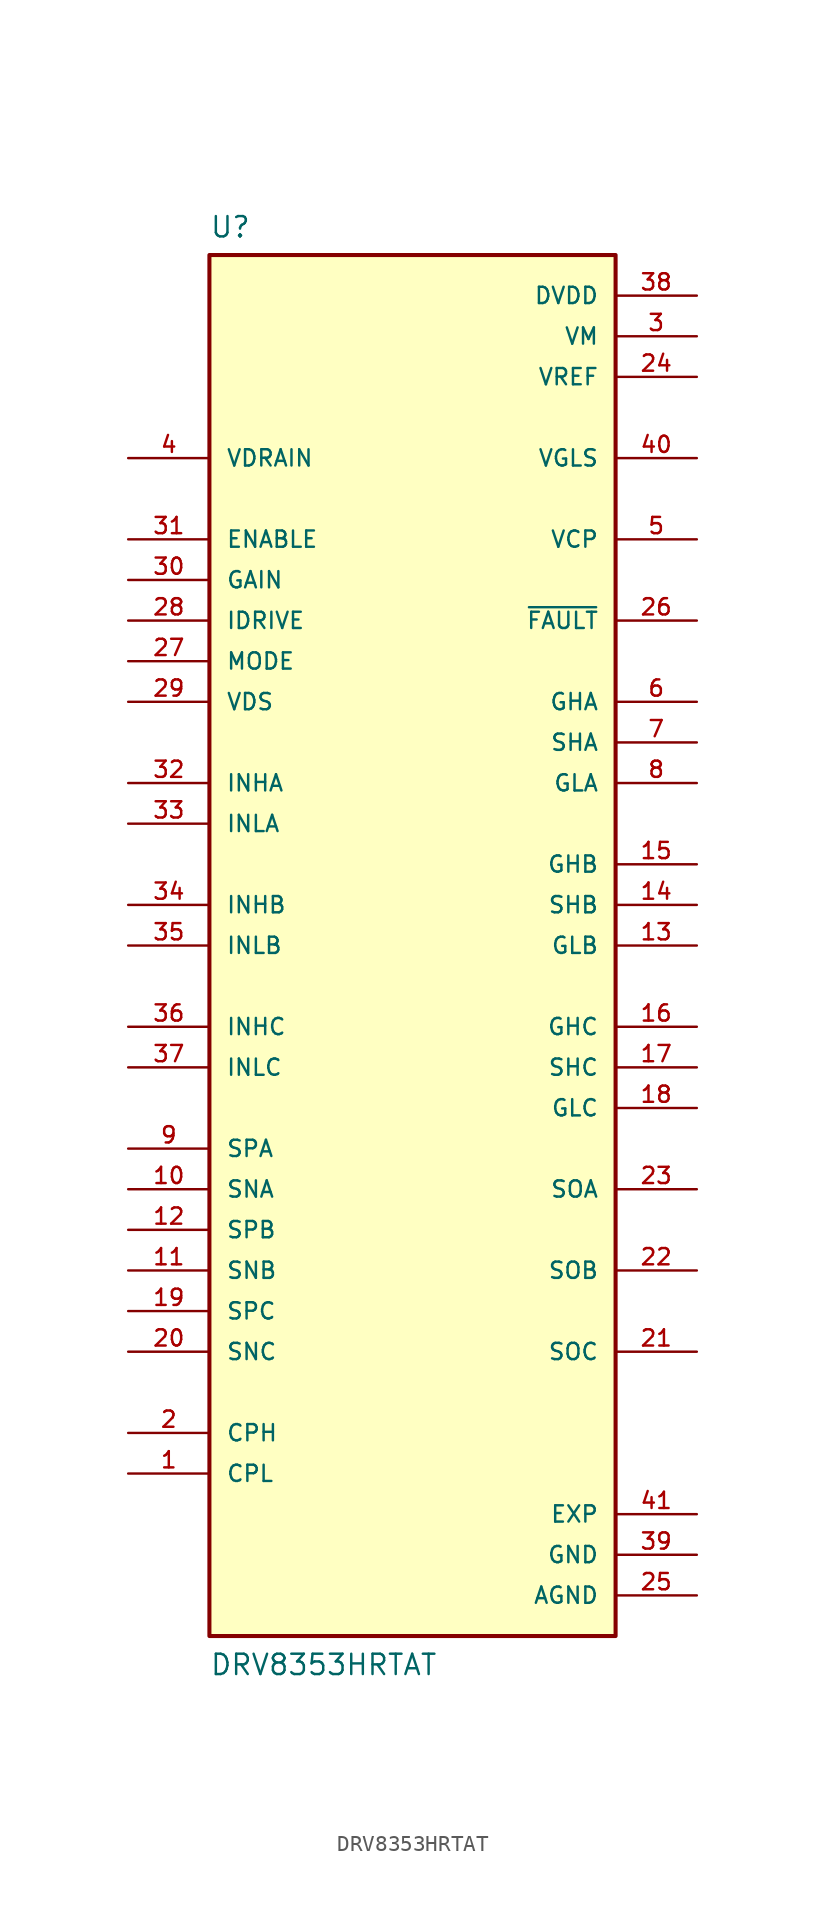
<source format=kicad_sym>
(kicad_symbol_lib
  (version 20211014)
  (generator kicad_symbol_editor)
  (symbol "DRV8353HRTAT"
    (pin_names
      (offset 1.016))
    (property "Reference" "U"
      (at -12.7 44.183 0.0)
      (effects (font (size 1.27 1.27)) (justify bottom left)))
    (property "Value" "DRV8353HRTAT"
      (at -12.7 -45.72 0.0)
      (effects (font (size 1.27 1.27)) (justify bottom left)))
    (symbol "DRV8353HRTAT_0_0"
      (rectangle (start -12.7 -43.18) (end 12.7 43.18) (stroke (width 0.254)) (fill (type background)))
      (pin input line (at -17.78 25.4 0) (length 5.08) (name "ENABLE" (effects (font (size 1.016 1.016)))) (number "31" (effects (font (size 1.016 1.016)))))
      (pin input line (at -17.78 22.86 0) (length 5.08) (name "GAIN" (effects (font (size 1.016 1.016)))) (number "30" (effects (font (size 1.016 1.016)))))
      (pin input line (at -17.78 20.32 0) (length 5.08) (name "IDRIVE" (effects (font (size 1.016 1.016)))) (number "28" (effects (font (size 1.016 1.016)))))
      (pin input line (at -17.78 10.16 0) (length 5.08) (name "INHA" (effects (font (size 1.016 1.016)))) (number "32" (effects (font (size 1.016 1.016)))))
      (pin input line (at -17.78 2.54 0) (length 5.08) (name "INHB" (effects (font (size 1.016 1.016)))) (number "34" (effects (font (size 1.016 1.016)))))
      (pin input line (at -17.78 -5.08 0) (length 5.08) (name "INHC" (effects (font (size 1.016 1.016)))) (number "36" (effects (font (size 1.016 1.016)))))
      (pin input line (at -17.78 7.62 0) (length 5.08) (name "INLA" (effects (font (size 1.016 1.016)))) (number "33" (effects (font (size 1.016 1.016)))))
      (pin input line (at -17.78 0.0 0) (length 5.08) (name "INLB" (effects (font (size 1.016 1.016)))) (number "35" (effects (font (size 1.016 1.016)))))
      (pin input line (at -17.78 -7.62 0) (length 5.08) (name "INLC" (effects (font (size 1.016 1.016)))) (number "37" (effects (font (size 1.016 1.016)))))
      (pin input line (at -17.78 17.78 0) (length 5.08) (name "MODE" (effects (font (size 1.016 1.016)))) (number "27" (effects (font (size 1.016 1.016)))))
      (pin input line (at 17.78 12.7 180.0) (length 5.08) (name "SHA" (effects (font (size 1.016 1.016)))) (number "7" (effects (font (size 1.016 1.016)))))
      (pin input line (at 17.78 2.54 180.0) (length 5.08) (name "SHB" (effects (font (size 1.016 1.016)))) (number "14" (effects (font (size 1.016 1.016)))))
      (pin input line (at 17.78 -7.62 180.0) (length 5.08) (name "SHC" (effects (font (size 1.016 1.016)))) (number "17" (effects (font (size 1.016 1.016)))))
      (pin input line (at -17.78 -15.24 0) (length 5.08) (name "SNA" (effects (font (size 1.016 1.016)))) (number "10" (effects (font (size 1.016 1.016)))))
      (pin input line (at -17.78 -20.32 0) (length 5.08) (name "SNB" (effects (font (size 1.016 1.016)))) (number "11" (effects (font (size 1.016 1.016)))))
      (pin input line (at -17.78 -25.4 0) (length 5.08) (name "SNC" (effects (font (size 1.016 1.016)))) (number "20" (effects (font (size 1.016 1.016)))))
      (pin input line (at -17.78 -12.7 0) (length 5.08) (name "SPA" (effects (font (size 1.016 1.016)))) (number "9" (effects (font (size 1.016 1.016)))))
      (pin input line (at -17.78 -17.78 0) (length 5.08) (name "SPB" (effects (font (size 1.016 1.016)))) (number "12" (effects (font (size 1.016 1.016)))))
      (pin input line (at -17.78 -22.86 0) (length 5.08) (name "SPC" (effects (font (size 1.016 1.016)))) (number "19" (effects (font (size 1.016 1.016)))))
      (pin input line (at -17.78 30.48 0) (length 5.08) (name "VDRAIN" (effects (font (size 1.016 1.016)))) (number "4" (effects (font (size 1.016 1.016)))))
      (pin input line (at -17.78 15.24 0) (length 5.08) (name "VDS" (effects (font (size 1.016 1.016)))) (number "29" (effects (font (size 1.016 1.016)))))
      (pin passive line (at -17.78 -30.48 0) (length 5.08) (name "CPH" (effects (font (size 1.016 1.016)))) (number "2" (effects (font (size 1.016 1.016)))))
      (pin passive line (at -17.78 -33.02 0) (length 5.08) (name "CPL" (effects (font (size 1.016 1.016)))) (number "1" (effects (font (size 1.016 1.016)))))
      (pin power_in line (at 17.78 40.64 180.0) (length 5.08) (name "DVDD" (effects (font (size 1.016 1.016)))) (number "38" (effects (font (size 1.016 1.016)))))
      (pin power_in line (at 17.78 38.1 180.0) (length 5.08) (name "VM" (effects (font (size 1.016 1.016)))) (number "3" (effects (font (size 1.016 1.016)))))
      (pin power_in line (at 17.78 35.56 180.0) (length 5.08) (name "VREF" (effects (font (size 1.016 1.016)))) (number "24" (effects (font (size 1.016 1.016)))))
      (pin output line (at 17.78 20.32 180.0) (length 5.08) (name "~{FAULT}" (effects (font (size 1.016 1.016)))) (number "26" (effects (font (size 1.016 1.016)))))
      (pin output line (at 17.78 15.24 180.0) (length 5.08) (name "GHA" (effects (font (size 1.016 1.016)))) (number "6" (effects (font (size 1.016 1.016)))))
      (pin output line (at 17.78 5.08 180.0) (length 5.08) (name "GHB" (effects (font (size 1.016 1.016)))) (number "15" (effects (font (size 1.016 1.016)))))
      (pin output line (at 17.78 -5.08 180.0) (length 5.08) (name "GHC" (effects (font (size 1.016 1.016)))) (number "16" (effects (font (size 1.016 1.016)))))
      (pin output line (at 17.78 10.16 180.0) (length 5.08) (name "GLA" (effects (font (size 1.016 1.016)))) (number "8" (effects (font (size 1.016 1.016)))))
      (pin output line (at 17.78 0.0 180.0) (length 5.08) (name "GLB" (effects (font (size 1.016 1.016)))) (number "13" (effects (font (size 1.016 1.016)))))
      (pin output line (at 17.78 -10.16 180.0) (length 5.08) (name "GLC" (effects (font (size 1.016 1.016)))) (number "18" (effects (font (size 1.016 1.016)))))
      (pin output line (at 17.78 -15.24 180.0) (length 5.08) (name "SOA" (effects (font (size 1.016 1.016)))) (number "23" (effects (font (size 1.016 1.016)))))
      (pin output line (at 17.78 -20.32 180.0) (length 5.08) (name "SOB" (effects (font (size 1.016 1.016)))) (number "22" (effects (font (size 1.016 1.016)))))
      (pin output line (at 17.78 -25.4 180.0) (length 5.08) (name "SOC" (effects (font (size 1.016 1.016)))) (number "21" (effects (font (size 1.016 1.016)))))
      (pin output line (at 17.78 25.4 180.0) (length 5.08) (name "VCP" (effects (font (size 1.016 1.016)))) (number "5" (effects (font (size 1.016 1.016)))))
      (pin output line (at 17.78 30.48 180.0) (length 5.08) (name "VGLS" (effects (font (size 1.016 1.016)))) (number "40" (effects (font (size 1.016 1.016)))))
      (pin power_in line (at 17.78 -40.64 180.0) (length 5.08) (name "AGND" (effects (font (size 1.016 1.016)))) (number "25" (effects (font (size 1.016 1.016)))))
      (pin power_in line (at 17.78 -38.1 180.0) (length 5.08) (name "GND" (effects (font (size 1.016 1.016)))) (number "39" (effects (font (size 1.016 1.016)))))
      (pin power_in line (at 17.78 -35.56 180.0) (length 5.08) (name "EXP" (effects (font (size 1.016 1.016)))) (number "41" (effects (font (size 1.016 1.016))))))))
</source>
